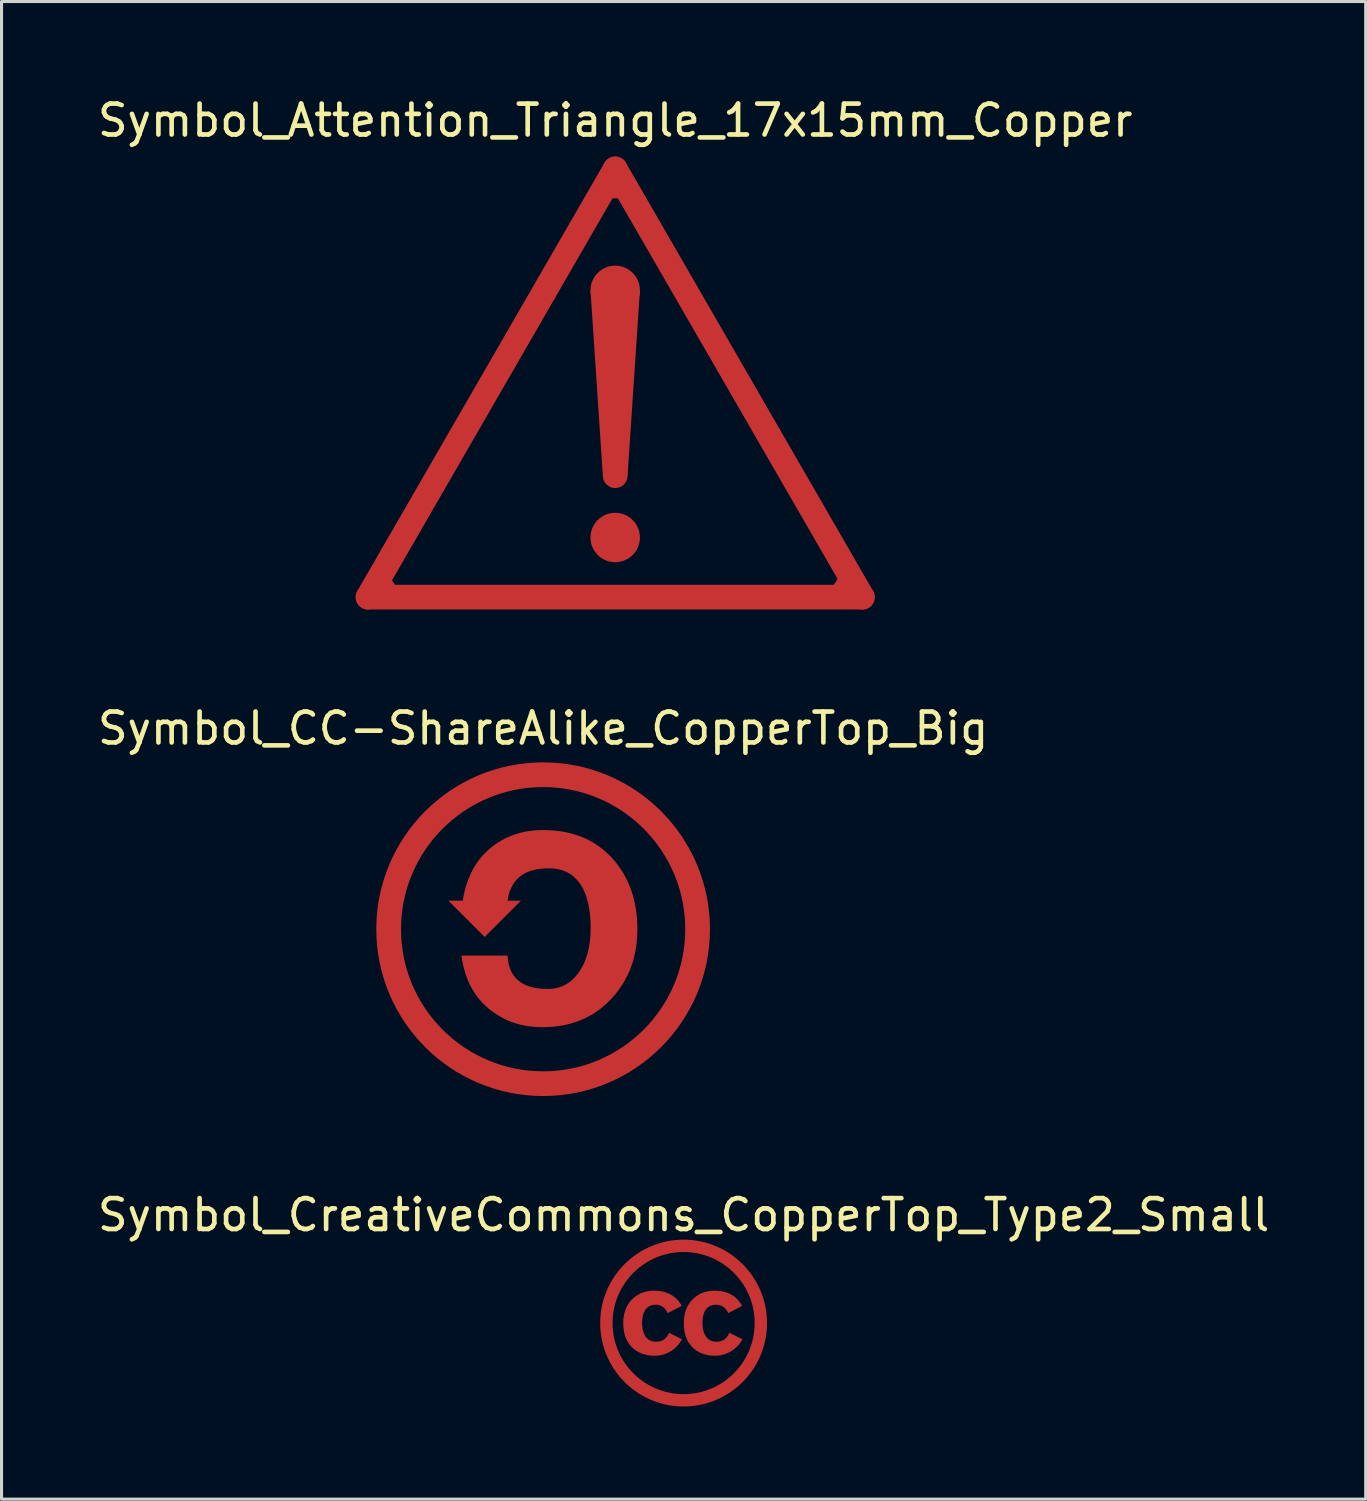
<source format=kicad_pcb>
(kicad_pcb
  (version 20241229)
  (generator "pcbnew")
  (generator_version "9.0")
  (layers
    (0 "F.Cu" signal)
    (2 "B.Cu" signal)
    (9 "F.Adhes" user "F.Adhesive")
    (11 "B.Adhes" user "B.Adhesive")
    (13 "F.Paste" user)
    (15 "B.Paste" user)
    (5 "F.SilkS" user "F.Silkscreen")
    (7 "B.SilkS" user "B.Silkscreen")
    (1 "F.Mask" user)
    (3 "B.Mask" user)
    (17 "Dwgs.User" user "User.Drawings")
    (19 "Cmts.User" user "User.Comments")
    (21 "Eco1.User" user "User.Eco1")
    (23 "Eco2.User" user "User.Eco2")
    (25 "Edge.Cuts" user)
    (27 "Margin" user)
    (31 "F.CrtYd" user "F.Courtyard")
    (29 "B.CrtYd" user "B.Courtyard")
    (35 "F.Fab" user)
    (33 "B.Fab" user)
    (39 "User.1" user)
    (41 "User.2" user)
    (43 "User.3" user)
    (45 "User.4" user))
  (footprint "Symbol_CreativeCommons_CopperTop_Type2_Small"
    (layer "F.Cu")
    (at 19.077 39.775)
    (property "Reference" "Symbol_CreativeCommons_CopperTop_Type2_Small" (at 0 -3.5 0) (layer "F.SilkS") (effects (font (size 1 1) (thickness 0.15))))
    (attr exclude_from_pos_files exclude_from_bom allow_missing_courtyard)
    (fp_circle (center 0 0) (end 2.5 0) (stroke (width 0.4) (type default)) (fill no) (layer "F.Cu"))
    (fp_poly (pts (xy -0.884 -1.046) (xy -0.809 -1.04) (xy -0.738 -1.03) (xy -0.669 -1.017) (xy -0.603 -1) (xy -0.539 -0.979) (xy -0.479 -0.954) (xy -0.421 -0.925) (xy -0.366 -0.893) (xy -0.314 -0.856) (xy -0.265 -0.816) (xy -0.218 -0.772) (xy -0.175 -0.724) (xy -0.134 -0.673) (xy -0.095 -0.617) (xy -0.06 -0.558) (xy -0.514 -0.322) (xy -0.523 -0.341) (xy -0.532 -0.358) (xy -0.542 -0.375) (xy -0.552 -0.392) (xy -0.562 -0.408) (xy -0.573 -0.423) (xy -0.583 -0.437) (xy -0.594 -0.45) (xy -0.606 -0.463) (xy -0.617 -0.476) (xy -0.629 -0.487) (xy -0.641 -0.498) (xy -0.653 -0.508) (xy -0.666 -0.517) (xy -0.679 -0.526) (xy -0.692 -0.534) (xy -0.705 -0.541) (xy -0.718 -0.548) (xy -0.731 -0.554) (xy -0.744 -0.56) (xy -0.757 -0.566) (xy -0.769 -0.57) (xy -0.782 -0.575) (xy -0.794 -0.579) (xy -0.806 -0.583) (xy -0.818 -0.586) (xy -0.83 -0.588) (xy -0.842 -0.59) (xy -0.854 -0.592) (xy -0.866 -0.593) (xy -0.877 -0.594) (xy -0.889 -0.594) (xy -0.916 -0.594) (xy -0.943 -0.592) (xy -0.97 -0.589) (xy -0.995 -0.585) (xy -1.019 -0.58) (xy -1.043 -0.573) (xy -1.065 -0.565) (xy -1.087 -0.557) (xy -1.108 -0.547) (xy -1.128 -0.536) (xy -1.147 -0.523) (xy -1.165 -0.51) (xy -1.182 -0.495) (xy -1.199 -0.48) (xy -1.214 -0.463) (xy -1.229 -0.444) (xy -1.242 -0.425) (xy -1.255 -0.405) (xy -1.267 -0.383) (xy -1.278 -0.36) (xy -1.289 -0.336) (xy -1.298 -0.311) (xy -1.306 -0.285) (xy -1.314 -0.257) (xy -1.32 -0.229) (xy -1.326 -0.199) (xy -1.331 -0.168) (xy -1.335 -0.136) (xy -1.338 -0.102) (xy -1.34 -0.068) (xy -1.342 -0.032) (xy -1.342 0.005) (xy -1.342 0.038) (xy -1.34 0.071) (xy -1.338 0.103) (xy -1.335 0.134) (xy -1.331 0.164) (xy -1.326 0.193) (xy -1.32 0.222) (xy -1.313 0.249) (xy -1.306 0.276) (xy -1.297 0.302) (xy -1.288 0.327) (xy -1.278 0.351) (xy -1.266 0.375) (xy -1.254 0.397) (xy -1.241 0.419) (xy -1.227 0.44) (xy -1.213 0.46) (xy -1.197 0.478) (xy -1.18 0.495) (xy -1.163 0.511) (xy -1.154 0.519) (xy -1.145 0.526) (xy -1.135 0.533) (xy -1.126 0.539) (xy -1.116 0.546) (xy -1.106 0.552) (xy -1.096 0.557) (xy -1.085 0.562) (xy -1.064 0.572) (xy -1.041 0.58) (xy -1.018 0.587) (xy -0.994 0.593) (xy -0.969 0.598) (xy -0.943 0.601) (xy -0.916 0.603) (xy -0.889 0.603) (xy -0.852 0.602) (xy -0.817 0.599) (xy -0.784 0.593) (xy -0.751 0.585) (xy -0.72 0.575) (xy -0.691 0.562) (xy -0.663 0.548) (xy -0.636 0.531) (xy -0.611 0.511) (xy -0.587 0.49) (xy -0.564 0.466) (xy -0.543 0.44) (xy -0.523 0.412) (xy -0.504 0.381) (xy -0.487 0.348) (xy -0.471 0.313) (xy -0.054 0.525) (xy -0.071 0.555) (xy -0.089 0.585) (xy -0.107 0.614) (xy -0.127 0.642) (xy -0.147 0.669) (xy -0.168 0.696) (xy -0.19 0.721) (xy -0.213 0.746) (xy -0.236 0.77) (xy -0.26 0.793) (xy -0.285 0.816) (xy -0.311 0.837) (xy -0.338 0.858) (xy -0.366 0.878) (xy -0.394 0.897) (xy -0.423 0.915) (xy -0.453 0.932) (xy -0.483 0.948) (xy -0.513 0.963) (xy -0.544 0.977) (xy -0.575 0.99) (xy -0.606 1.001) (xy -0.638 1.012) (xy -0.671 1.021) (xy -0.703 1.03) (xy -0.737 1.037) (xy -0.77 1.043) (xy -0.804 1.048) (xy -0.838 1.052) (xy -0.873 1.055) (xy -0.908 1.056) (xy -0.943 1.057) (xy -0.999 1.056) (xy -1.054 1.053) (xy -1.107 1.047) (xy -1.159 1.04) (xy -1.209 1.03) (xy -1.258 1.018) (xy -1.306 1.004) (xy -1.353 0.987) (xy -1.398 0.969) (xy -1.441 0.948) (xy -1.484 0.925) (xy -1.525 0.9) (xy -1.564 0.873) (xy -1.603 0.844) (xy -1.639 0.812) (xy -1.675 0.779) (xy -1.708 0.743) (xy -1.74 0.706) (xy -1.769 0.667) (xy -1.796 0.626) (xy -1.821 0.584) (xy -1.844 0.539) (xy -1.865 0.494) (xy -1.883 0.446) (xy -1.9 0.397) (xy -1.914 0.346) (xy -1.926 0.293) (xy -1.936 0.239) (xy -1.943 0.183) (xy -1.949 0.125) (xy -1.952 0.066) (xy -1.953 0.005) (xy -1.952 -0.055) (xy -1.949 -0.113) (xy -1.943 -0.17) (xy -1.935 -0.225) (xy -1.925 -0.278) (xy -1.913 -0.33) (xy -1.899 -0.38) (xy -1.883 -0.429) (xy -1.864 -0.476) (xy -1.843 -0.522) (xy -1.82 -0.566) (xy -1.795 -0.609) (xy -1.767 -0.65) (xy -1.738 -0.689) (xy -1.706 -0.727) (xy -1.672 -0.763) (xy -1.636 -0.798) (xy -1.599 -0.83) (xy -1.561 -0.86) (xy -1.522 -0.888) (xy -1.482 -0.913) (xy -1.44 -0.937) (xy -1.397 -0.958) (xy -1.353 -0.977) (xy -1.308 -0.993) (xy -1.262 -1.008) (xy -1.215 -1.02) (xy -1.167 -1.03) (xy -1.117 -1.038) (xy -1.066 -1.043) (xy -1.014 -1.047) (xy -0.961 -1.048)) (stroke (width 0) (type solid)) (fill yes) (layer "F.Cu"))
    (fp_poly (pts (xy 1.076 -1.046) (xy 1.15 -1.04) (xy 1.221 -1.03) (xy 1.29 -1.017) (xy 1.356 -1) (xy 1.419 -0.979) (xy 1.479 -0.954) (xy 1.537 -0.925) (xy 1.591 -0.893) (xy 1.643 -0.856) (xy 1.692 -0.816) (xy 1.738 -0.772) (xy 1.781 -0.724) (xy 1.821 -0.673) (xy 1.859 -0.617) (xy 1.893 -0.558) (xy 1.893 -0.558) (xy 1.446 -0.322) (xy 1.437 -0.341) (xy 1.427 -0.358) (xy 1.418 -0.375) (xy 1.408 -0.392) (xy 1.397 -0.408) (xy 1.387 -0.423) (xy 1.376 -0.437) (xy 1.365 -0.45) (xy 1.354 -0.463) (xy 1.342 -0.476) (xy 1.33 -0.487) (xy 1.318 -0.498) (xy 1.306 -0.508) (xy 1.293 -0.517) (xy 1.281 -0.526) (xy 1.267 -0.534) (xy 1.254 -0.541) (xy 1.241 -0.548) (xy 1.228 -0.554) (xy 1.215 -0.56) (xy 1.202 -0.566) (xy 1.189 -0.57) (xy 1.176 -0.575) (xy 1.164 -0.579) (xy 1.151 -0.583) (xy 1.139 -0.586) (xy 1.126 -0.588) (xy 1.114 -0.59) (xy 1.101 -0.592) (xy 1.089 -0.593) (xy 1.077 -0.594) (xy 1.065 -0.594) (xy 1.037 -0.594) (xy 1.01 -0.592) (xy 0.984 -0.589) (xy 0.959 -0.585) (xy 0.934 -0.58) (xy 0.911 -0.573) (xy 0.888 -0.565) (xy 0.866 -0.557) (xy 0.846 -0.547) (xy 0.826 -0.536) (xy 0.807 -0.523) (xy 0.788 -0.51) (xy 0.771 -0.495) (xy 0.755 -0.48) (xy 0.739 -0.463) (xy 0.725 -0.444) (xy 0.711 -0.425) (xy 0.698 -0.405) (xy 0.686 -0.383) (xy 0.675 -0.36) (xy 0.665 -0.336) (xy 0.656 -0.311) (xy 0.647 -0.285) (xy 0.64 -0.257) (xy 0.633 -0.229) (xy 0.627 -0.199) (xy 0.622 -0.168) (xy 0.618 -0.136) (xy 0.615 -0.102) (xy 0.613 -0.068) (xy 0.612 -0.032) (xy 0.611 0.005) (xy 0.612 0.038) (xy 0.613 0.071) (xy 0.615 0.103) (xy 0.618 0.134) (xy 0.622 0.164) (xy 0.627 0.193) (xy 0.633 0.222) (xy 0.64 0.249) (xy 0.648 0.276) (xy 0.656 0.302) (xy 0.666 0.327) (xy 0.676 0.351) (xy 0.687 0.375) (xy 0.699 0.397) (xy 0.712 0.419) (xy 0.726 0.44) (xy 0.741 0.46) (xy 0.757 0.478) (xy 0.773 0.495) (xy 0.782 0.504) (xy 0.79 0.511) (xy 0.799 0.519) (xy 0.809 0.526) (xy 0.818 0.533) (xy 0.828 0.539) (xy 0.837 0.546) (xy 0.847 0.552) (xy 0.858 0.557) (xy 0.868 0.562) (xy 0.89 0.572) (xy 0.912 0.58) (xy 0.936 0.587) (xy 0.96 0.593) (xy 0.985 0.598) (xy 1.011 0.601) (xy 1.037 0.603) (xy 1.065 0.603) (xy 1.101 0.602) (xy 1.136 0.599) (xy 1.17 0.593) (xy 1.202 0.585) (xy 1.233 0.575) (xy 1.262 0.562) (xy 1.291 0.548) (xy 1.317 0.531) (xy 1.343 0.511) (xy 1.367 0.49) (xy 1.389 0.466) (xy 1.411 0.44) (xy 1.431 0.412) (xy 1.449 0.381) (xy 1.466 0.348) (xy 1.482 0.313) (xy 1.905 0.525) (xy 1.888 0.555) (xy 1.869 0.585) (xy 1.85 0.614) (xy 1.83 0.642) (xy 1.809 0.669) (xy 1.787 0.696) (xy 1.765 0.721) (xy 1.742 0.746) (xy 1.718 0.77) (xy 1.694 0.793) (xy 1.668 0.816) (xy 1.642 0.837) (xy 1.616 0.858) (xy 1.588 0.878) (xy 1.56 0.897) (xy 1.531 0.915) (xy 1.501 0.932) (xy 1.471 0.948) (xy 1.441 0.963) (xy 1.41 0.977) (xy 1.379 0.99) (xy 1.348 1.001) (xy 1.316 1.012) (xy 1.284 1.021) (xy 1.252 1.03) (xy 1.219 1.037) (xy 1.186 1.043) (xy 1.153 1.048) (xy 1.119 1.052) (xy 1.085 1.055) (xy 1.051 1.056) (xy 1.017 1.057) (xy 0.96 1.056) (xy 0.905 1.053) (xy 0.851 1.047) (xy 0.798 1.04) (xy 0.747 1.03) (xy 0.698 1.018) (xy 0.65 1.004) (xy 0.603 0.987) (xy 0.558 0.969) (xy 0.514 0.948) (xy 0.472 0.925) (xy 0.431 0.9) (xy 0.392 0.873) (xy 0.354 0.844) (xy 0.317 0.812) (xy 0.282 0.779) (xy 0.249 0.743) (xy 0.217 0.706) (xy 0.188 0.667) (xy 0.161 0.626) (xy 0.137 0.584) (xy 0.114 0.539) (xy 0.094 0.494) (xy 0.075 0.446) (xy 0.059 0.397) (xy 0.045 0.346) (xy 0.033 0.293) (xy 0.024 0.239) (xy 0.016 0.183) (xy 0.011 0.125) (xy 0.008 0.066) (xy 0.007 0.005) (xy 0.008 -0.055) (xy 0.011 -0.113) (xy 0.016 -0.17) (xy 0.024 -0.225) (xy 0.034 -0.278) (xy 0.046 -0.33) (xy 0.06 -0.38) (xy 0.077 -0.429) (xy 0.096 -0.476) (xy 0.116 -0.522) (xy 0.139 -0.566) (xy 0.165 -0.609) (xy 0.192 -0.65) (xy 0.222 -0.689) (xy 0.254 -0.727) (xy 0.288 -0.763) (xy 0.324 -0.798) (xy 0.36 -0.83) (xy 0.398 -0.86) (xy 0.438 -0.888) (xy 0.478 -0.913) (xy 0.52 -0.937) (xy 0.562 -0.958) (xy 0.606 -0.977) (xy 0.651 -0.993) (xy 0.697 -1.008) (xy 0.744 -1.02) (xy 0.793 -1.03) (xy 0.843 -1.038) (xy 0.893 -1.043) (xy 0.945 -1.047) (xy 0.998 -1.048)) (stroke (width 0) (type solid)) (fill yes) (layer "F.Cu")))
  (footprint "Symbol_CC-ShareAlike_CopperTop_Big"
    (layer "F.Cu")
    (at 14.53 27.026)
    (property "Reference" "Symbol_CC-ShareAlike_CopperTop_Big" (at 0 -6.5 0) (layer "F.SilkS") (effects (font (size 1 1) (thickness 0.15))))
    (attr exclude_from_pos_files exclude_from_bom allow_missing_courtyard)
    (fp_circle (center 0 0) (end 5 0) (stroke (width 0.8) (type default)) (fill no) (layer "F.Cu"))
    (fp_poly (pts (xy 0.175 -3.205) (xy 0.342 -3.195) (xy 0.506 -3.177) (xy 0.665 -3.153) (xy 0.819 -3.121) (xy 0.969 -3.082) (xy 1.115 -3.037) (xy 1.256 -2.984) (xy 1.393 -2.924) (xy 1.525 -2.858) (xy 1.653 -2.784) (xy 1.776 -2.703) (xy 1.895 -2.615) (xy 2.009 -2.52) (xy 2.119 -2.418) (xy 2.225 -2.31) (xy 2.325 -2.195) (xy 2.418 -2.077) (xy 2.505 -1.954) (xy 2.586 -1.828) (xy 2.66 -1.698) (xy 2.728 -1.563) (xy 2.789 -1.425) (xy 2.844 -1.283) (xy 2.892 -1.137) (xy 2.934 -0.987) (xy 2.97 -0.833) (xy 2.999 -0.674) (xy 3.021 -0.512) (xy 3.037 -0.346) (xy 3.047 -0.176) (xy 3.05 -0.002) (xy 3.047 0.166) (xy 3.037 0.332) (xy 3.02 0.493) (xy 2.997 0.651) (xy 2.966 0.806) (xy 2.93 0.957) (xy 2.886 1.104) (xy 2.836 1.248) (xy 2.779 1.388) (xy 2.715 1.524) (xy 2.645 1.657) (xy 2.568 1.786) (xy 2.484 1.912) (xy 2.394 2.034) (xy 2.297 2.153) (xy 2.193 2.267) (xy 2.084 2.377) (xy 1.971 2.479) (xy 1.854 2.575) (xy 1.733 2.663) (xy 1.608 2.745) (xy 1.479 2.819) (xy 1.346 2.886) (xy 1.209 2.946) (xy 1.068 2.999) (xy 0.923 3.045) (xy 0.774 3.084) (xy 0.621 3.116) (xy 0.465 3.141) (xy 0.304 3.158) (xy 0.139 3.169) (xy -0.03 3.172) (xy -0.154 3.17) (xy -0.277 3.163) (xy -0.397 3.151) (xy -0.515 3.135) (xy -0.631 3.113) (xy -0.745 3.088) (xy -0.857 3.057) (xy -0.966 3.022) (xy -1.074 2.982) (xy -1.179 2.937) (xy -1.282 2.887) (xy -1.383 2.833) (xy -1.482 2.774) (xy -1.578 2.711) (xy -1.673 2.642) (xy -1.765 2.569) (xy -1.854 2.492) (xy -1.939 2.41) (xy -2.019 2.325) (xy -2.094 2.236) (xy -2.165 2.142) (xy -2.231 2.045) (xy -2.293 1.944) (xy -2.35 1.839) (xy -2.403 1.73) (xy -2.451 1.617) (xy -2.494 1.5) (xy -2.533 1.379) (xy -2.568 1.254) (xy -2.598 1.125) (xy -2.623 0.992) (xy -2.644 0.855) (xy -1.151 0.855) (xy -1.147 0.921) (xy -1.14 0.985) (xy -1.131 1.048) (xy -1.119 1.108) (xy -1.105 1.166) (xy -1.089 1.222) (xy -1.071 1.275) (xy -1.05 1.327) (xy -1.027 1.377) (xy -1.001 1.424) (xy -0.973 1.469) (xy -0.943 1.513) (xy -0.911 1.554) (xy -0.876 1.593) (xy -0.839 1.63) (xy -0.799 1.664) (xy -0.757 1.697) (xy -0.713 1.728) (xy -0.667 1.756) (xy -0.618 1.782) (xy -0.567 1.807) (xy -0.513 1.829) (xy -0.457 1.849) (xy -0.399 1.867) (xy -0.338 1.883) (xy -0.276 1.896) (xy -0.21 1.908) (xy -0.143 1.917) (xy -0.073 1.925) (xy -0.001 1.93) (xy 0.074 1.933) (xy 0.151 1.934) (xy 0.228 1.932) (xy 0.303 1.926) (xy 0.376 1.915) (xy 0.448 1.901) (xy 0.517 1.882) (xy 0.585 1.858) (xy 0.65 1.831) (xy 0.714 1.799) (xy 0.776 1.763) (xy 0.836 1.723) (xy 0.894 1.679) (xy 0.95 1.631) (xy 1.005 1.578) (xy 1.057 1.521) (xy 1.107 1.46) (xy 1.156 1.395) (xy 1.202 1.326) (xy 1.245 1.254) (xy 1.286 1.18) (xy 1.323 1.102) (xy 1.357 1.022) (xy 1.388 0.939) (xy 1.417 0.853) (xy 1.442 0.765) (xy 1.464 0.673) (xy 1.484 0.579) (xy 1.5 0.482) (xy 1.514 0.383) (xy 1.524 0.28) (xy 1.531 0.175) (xy 1.536 0.066) (xy 1.537 -0.045) (xy 1.536 -0.161) (xy 1.532 -0.273) (xy 1.525 -0.382) (xy 1.516 -0.488) (xy 1.503 -0.589) (xy 1.488 -0.688) (xy 1.471 -0.783) (xy 1.45 -0.874) (xy 1.427 -0.962) (xy 1.401 -1.046) (xy 1.372 -1.127) (xy 1.341 -1.205) (xy 1.307 -1.278) (xy 1.27 -1.349) (xy 1.231 -1.415) (xy 1.188 -1.479) (xy 1.143 -1.538) (xy 1.096 -1.594) (xy 1.046 -1.646) (xy 0.994 -1.694) (xy 0.94 -1.738) (xy 0.883 -1.779) (xy 0.824 -1.815) (xy 0.762 -1.848) (xy 0.698 -1.877) (xy 0.632 -1.902) (xy 0.563 -1.923) (xy 0.492 -1.94) (xy 0.418 -1.954) (xy 0.342 -1.963) (xy 0.263 -1.969) (xy 0.183 -1.971) (xy 0.038 -1.967) (xy -0.098 -1.954) (xy -0.226 -1.934) (xy -0.345 -1.905) (xy -0.402 -1.888) (xy -0.457 -1.869) (xy -0.51 -1.847) (xy -0.561 -1.824) (xy -0.609 -1.798) (xy -0.656 -1.77) (xy -0.701 -1.741) (xy -0.744 -1.709) (xy -0.784 -1.675) (xy -0.823 -1.639) (xy -0.859 -1.602) (xy -0.894 -1.562) (xy -0.927 -1.52) (xy -0.957 -1.476) (xy -0.986 -1.43) (xy -1.012 -1.382) (xy -1.037 -1.332) (xy -1.059 -1.279) (xy -1.079 -1.225) (xy -1.098 -1.169) (xy -1.114 -1.111) (xy -1.128 -1.05) (xy -1.151 -0.923) (xy -0.717 -0.923) (xy -1.892 0.251) (xy -3.066 -0.923) (xy -2.601 -0.923) (xy -2.578 -1.057) (xy -2.55 -1.188) (xy -2.519 -1.315) (xy -2.483 -1.437) (xy -2.443 -1.556) (xy -2.398 -1.672) (xy -2.35 -1.783) (xy -2.297 -1.89) (xy -2.24 -1.994) (xy -2.179 -2.094) (xy -2.113 -2.189) (xy -2.044 -2.281) (xy -1.97 -2.37) (xy -1.892 -2.454) (xy -1.809 -2.534) (xy -1.723 -2.611) (xy -1.633 -2.684) (xy -1.541 -2.751) (xy -1.446 -2.814) (xy -1.349 -2.873) (xy -1.25 -2.926) (xy -1.148 -2.975) (xy -1.044 -3.02) (xy -0.937 -3.06) (xy -0.828 -3.095) (xy -0.717 -3.125) (xy -0.603 -3.151) (xy -0.487 -3.172) (xy -0.368 -3.188) (xy -0.247 -3.2) (xy -0.124 -3.207) (xy 0.002 -3.209)) (stroke (width 0) (type solid)) (fill yes) (layer "F.Cu")))
  (footprint "Symbol_Attention_Triangle_17x15mm_Copper"
    (layer "F.Cu")
    (at 16.863 9.348)
    (property "Reference" "Symbol_Attention_Triangle_17x15mm_Copper" (at 0 -8.5 0) (layer "F.SilkS") (effects (font (size 1 1) (thickness 0.15))))
    (attr exclude_from_pos_files exclude_from_bom allow_missing_courtyard)
    (fp_line (start -8 6.93) (end 0 -6.93) (stroke (width 0.8) (type solid)) (layer "F.Cu"))
    (fp_line (start -7.137 6.705) (end -7.403 6.295) (stroke (width 0.2) (type default)) (layer "F.Cu"))
    (fp_line (start -0.27 -6.08) (end 0.25 -6.08) (stroke (width 0.2) (type default)) (layer "F.Cu"))
    (fp_line (start 7.097 6.685) (end 7.363 6.275) (stroke (width 0.2) (type default)) (layer "F.Cu"))
    (fp_line (start 8 6.93) (end -8 6.93) (stroke (width 0.8) (type solid)) (layer "F.Cu"))
    (fp_line (start 8 6.93) (end 0 -6.93) (stroke (width 0.8) (type solid)) (layer "F.Cu"))
    (fp_line (start 8 6.93) (end 7.55 6.15) (stroke (width 0.2) (type default)) (layer "F.Cu"))
    (fp_circle (center 0 -3) (end 0.8 -3) (stroke (width 0) (type solid)) (fill yes) (layer "F.Cu"))
    (fp_circle (center 0 3) (end 0.4 3) (stroke (width 0) (type solid)) (fill yes) (layer "F.Cu"))
    (fp_circle (center 0 5) (end 0.8 5) (stroke (width 0) (type solid)) (fill yes) (layer "F.Cu"))
    (fp_poly (pts (xy -0.4 3) (xy 0.4 3) (xy 0.8 -3) (xy -0.8 -3)) (stroke (width 0) (type solid)) (fill yes) (layer "F.Cu")))
  (gr_rect
    (start -3 -3)
    (end 41.155 45.475)
    (stroke (width 0.1) (type default))
    (fill no)
    (layer "Edge.Cuts")))
</source>
